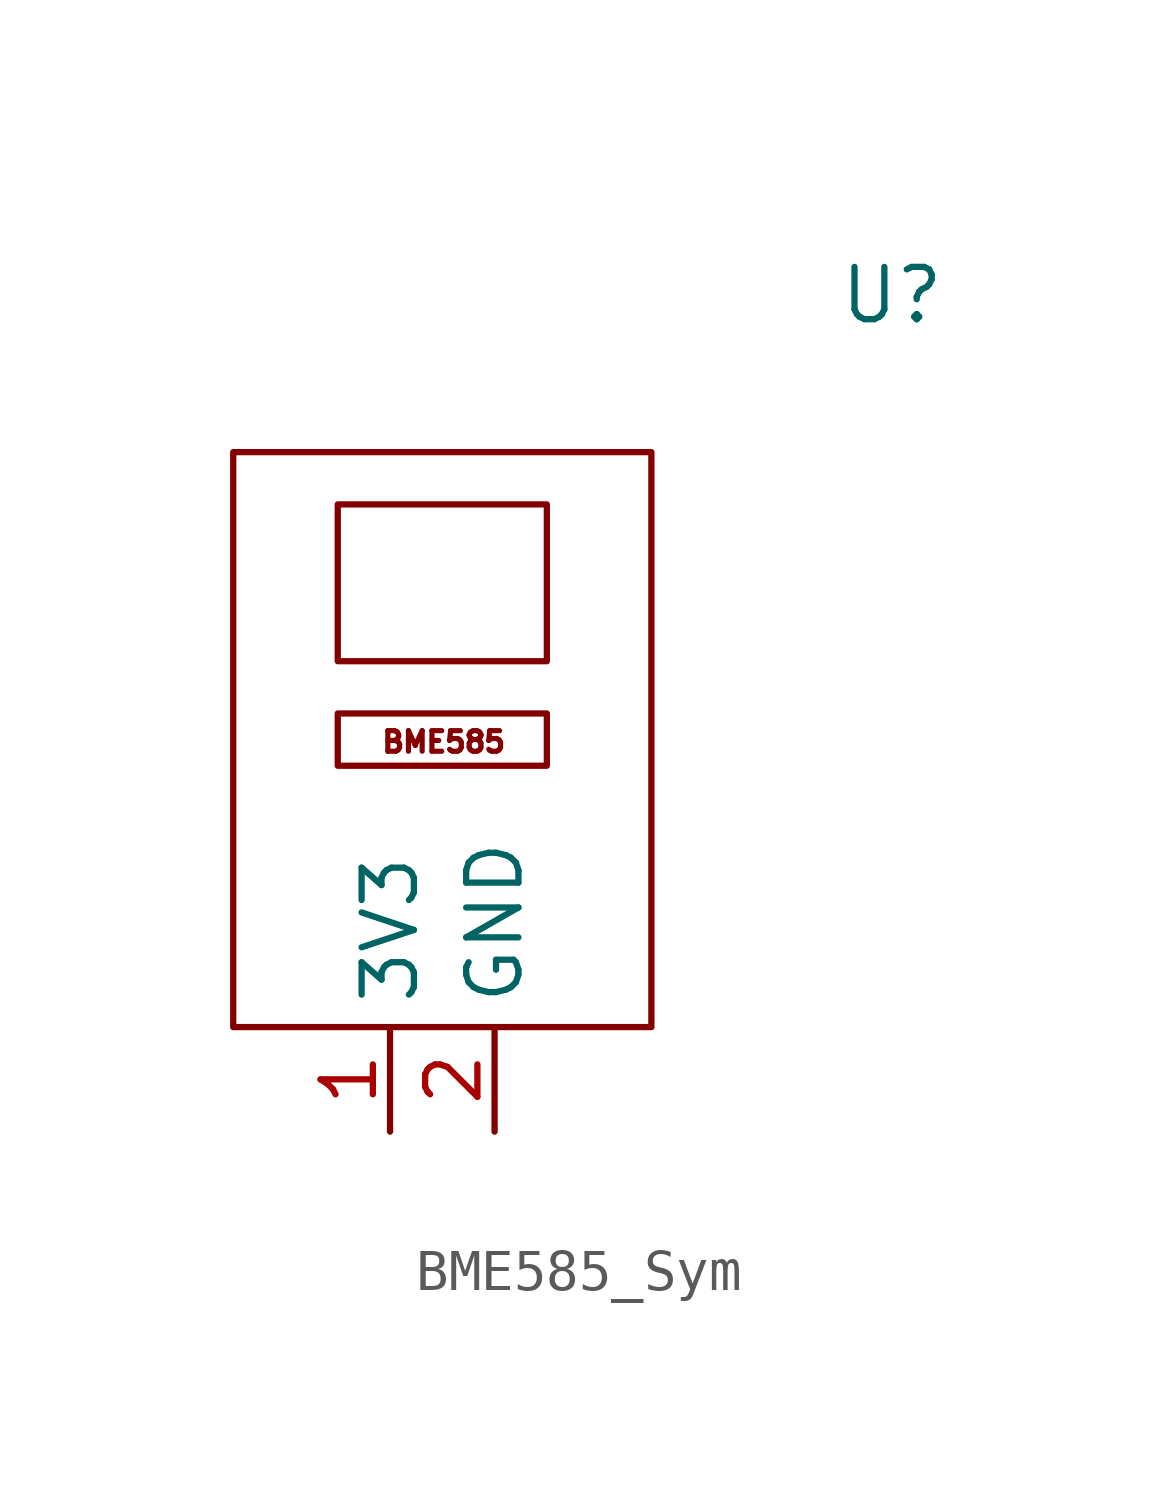
<source format=kicad_sym>
(kicad_symbol_lib
  (version 20241209)
  (generator "kicad_symbol_editor")
  (generator_version "9.0")
  (symbol "BME585_Sym"
    (property "Reference" "U"
      (at 10.922 10.16 0)
      (effects (font (size 1.27 1.27))))
    (property "Value" ""
      (at 0 0 0)
      (effects (font (size 1.27 1.27))))
    (symbol "BME585_Sym_0_1"
      (rectangle (start -5.08 6.35) (end 5.08 -7.62) (stroke (width 0) (type default)) (fill (type none)))
      (rectangle (start -2.54 5.08) (end 2.54 1.27) (stroke (width 0) (type default)) (fill (type none))))
    (symbol "BME585_Sym_1_1"
      (text_box "BME585" (at -2.54 0 0) (size 5.08 -1.27) (margins 1.016 0.4 1.016 1.016) (stroke (width 0) (type solid)) (fill (type none)) (effects (font (size 0.5 0.5)) (justify left top)))
      (pin power_in line (at -1.27 -10.16 90) (length 2.54) (name "3V3" (effects (font (size 1.27 1.27)))) (number "1" (effects (font (size 1.27 1.27)))))
      (pin power_in line (at 1.27 -10.16 90) (length 2.54) (name "GND" (effects (font (size 1.27 1.27)))) (number "2" (effects (font (size 1.27 1.27))))))))
</source>
